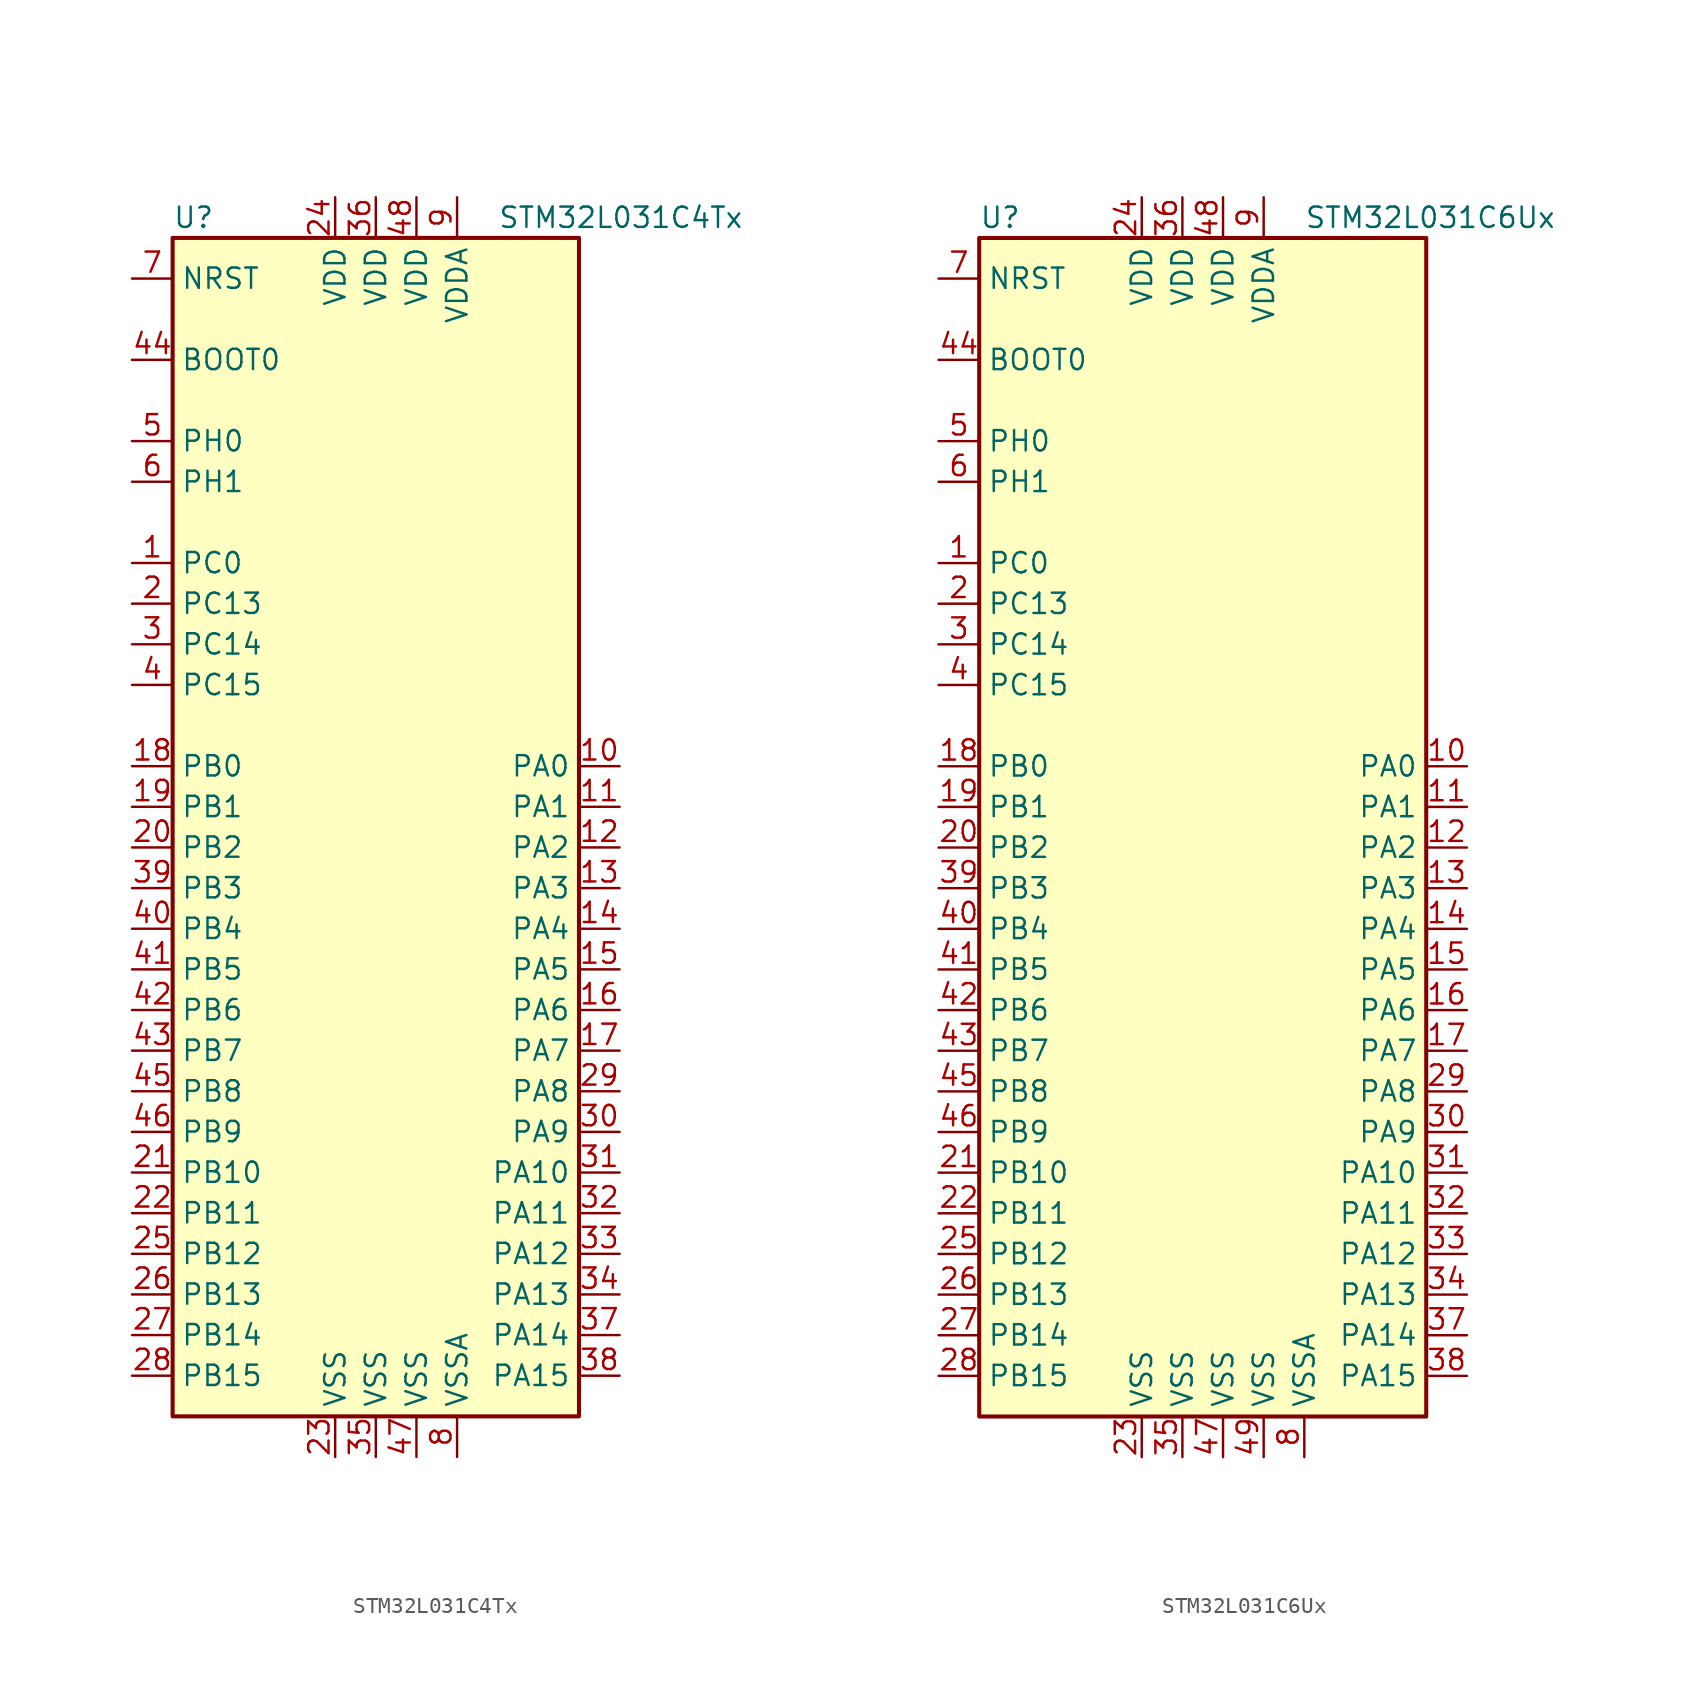
<source format=kicad_sym>
(kicad_symbol_lib
  (version 20201005)
  (generator kicad_symbol_editor)
  (symbol "STM32L031C4Tx"
    (property "Reference" "U"
      (at -12.7 36.83 0)
      (effects (font (size 1.27 1.27)) (justify left)))
    (property "Value" "STM32L031C4Tx"
      (at 7.62 36.83 0)
      (effects (font (size 1.27 1.27)) (justify left)))
    (symbol "STM32L031C4Tx_0_1"
      (rectangle (start -12.7 -38.1) (end 12.7 35.56) (stroke (width 0.254)) (fill (type background))))
    (symbol "STM32L031C4Tx_1_1"
      (pin input line (at -15.24 27.94 0) (length 2.54) (name "BOOT0" (effects (font (size 1.27 1.27)))) (number "44" (effects (font (size 1.27 1.27)))))
      (pin input line (at -15.24 33.02 0) (length 2.54) (name "NRST" (effects (font (size 1.27 1.27)))) (number "7" (effects (font (size 1.27 1.27)))))
      (pin bidirectional line (at 15.24 2.54 180) (length 2.54) (name "PA0" (effects (font (size 1.27 1.27)))) (number "10" (effects (font (size 1.27 1.27)))))
      (pin bidirectional line (at 15.24 0 180) (length 2.54) (name "PA1" (effects (font (size 1.27 1.27)))) (number "11" (effects (font (size 1.27 1.27)))))
      (pin bidirectional line (at 15.24 -22.86 180) (length 2.54) (name "PA10" (effects (font (size 1.27 1.27)))) (number "31" (effects (font (size 1.27 1.27)))))
      (pin bidirectional line (at 15.24 -25.4 180) (length 2.54) (name "PA11" (effects (font (size 1.27 1.27)))) (number "32" (effects (font (size 1.27 1.27)))))
      (pin bidirectional line (at 15.24 -27.94 180) (length 2.54) (name "PA12" (effects (font (size 1.27 1.27)))) (number "33" (effects (font (size 1.27 1.27)))))
      (pin bidirectional line (at 15.24 -30.48 180) (length 2.54) (name "PA13" (effects (font (size 1.27 1.27)))) (number "34" (effects (font (size 1.27 1.27)))))
      (pin bidirectional line (at 15.24 -33.02 180) (length 2.54) (name "PA14" (effects (font (size 1.27 1.27)))) (number "37" (effects (font (size 1.27 1.27)))))
      (pin bidirectional line (at 15.24 -35.56 180) (length 2.54) (name "PA15" (effects (font (size 1.27 1.27)))) (number "38" (effects (font (size 1.27 1.27)))))
      (pin bidirectional line (at 15.24 -2.54 180) (length 2.54) (name "PA2" (effects (font (size 1.27 1.27)))) (number "12" (effects (font (size 1.27 1.27)))))
      (pin bidirectional line (at 15.24 -5.08 180) (length 2.54) (name "PA3" (effects (font (size 1.27 1.27)))) (number "13" (effects (font (size 1.27 1.27)))))
      (pin bidirectional line (at 15.24 -7.62 180) (length 2.54) (name "PA4" (effects (font (size 1.27 1.27)))) (number "14" (effects (font (size 1.27 1.27)))))
      (pin bidirectional line (at 15.24 -10.16 180) (length 2.54) (name "PA5" (effects (font (size 1.27 1.27)))) (number "15" (effects (font (size 1.27 1.27)))))
      (pin bidirectional line (at 15.24 -12.7 180) (length 2.54) (name "PA6" (effects (font (size 1.27 1.27)))) (number "16" (effects (font (size 1.27 1.27)))))
      (pin bidirectional line (at 15.24 -15.24 180) (length 2.54) (name "PA7" (effects (font (size 1.27 1.27)))) (number "17" (effects (font (size 1.27 1.27)))))
      (pin bidirectional line (at 15.24 -17.78 180) (length 2.54) (name "PA8" (effects (font (size 1.27 1.27)))) (number "29" (effects (font (size 1.27 1.27)))))
      (pin bidirectional line (at 15.24 -20.32 180) (length 2.54) (name "PA9" (effects (font (size 1.27 1.27)))) (number "30" (effects (font (size 1.27 1.27)))))
      (pin bidirectional line (at -15.24 2.54 0) (length 2.54) (name "PB0" (effects (font (size 1.27 1.27)))) (number "18" (effects (font (size 1.27 1.27)))))
      (pin bidirectional line (at -15.24 0 0) (length 2.54) (name "PB1" (effects (font (size 1.27 1.27)))) (number "19" (effects (font (size 1.27 1.27)))))
      (pin bidirectional line (at -15.24 -22.86 0) (length 2.54) (name "PB10" (effects (font (size 1.27 1.27)))) (number "21" (effects (font (size 1.27 1.27)))))
      (pin bidirectional line (at -15.24 -25.4 0) (length 2.54) (name "PB11" (effects (font (size 1.27 1.27)))) (number "22" (effects (font (size 1.27 1.27)))))
      (pin bidirectional line (at -15.24 -27.94 0) (length 2.54) (name "PB12" (effects (font (size 1.27 1.27)))) (number "25" (effects (font (size 1.27 1.27)))))
      (pin bidirectional line (at -15.24 -30.48 0) (length 2.54) (name "PB13" (effects (font (size 1.27 1.27)))) (number "26" (effects (font (size 1.27 1.27)))))
      (pin bidirectional line (at -15.24 -33.02 0) (length 2.54) (name "PB14" (effects (font (size 1.27 1.27)))) (number "27" (effects (font (size 1.27 1.27)))))
      (pin bidirectional line (at -15.24 -35.56 0) (length 2.54) (name "PB15" (effects (font (size 1.27 1.27)))) (number "28" (effects (font (size 1.27 1.27)))))
      (pin bidirectional line (at -15.24 -2.54 0) (length 2.54) (name "PB2" (effects (font (size 1.27 1.27)))) (number "20" (effects (font (size 1.27 1.27)))))
      (pin bidirectional line (at -15.24 -5.08 0) (length 2.54) (name "PB3" (effects (font (size 1.27 1.27)))) (number "39" (effects (font (size 1.27 1.27)))))
      (pin bidirectional line (at -15.24 -7.62 0) (length 2.54) (name "PB4" (effects (font (size 1.27 1.27)))) (number "40" (effects (font (size 1.27 1.27)))))
      (pin bidirectional line (at -15.24 -10.16 0) (length 2.54) (name "PB5" (effects (font (size 1.27 1.27)))) (number "41" (effects (font (size 1.27 1.27)))))
      (pin bidirectional line (at -15.24 -12.7 0) (length 2.54) (name "PB6" (effects (font (size 1.27 1.27)))) (number "42" (effects (font (size 1.27 1.27)))))
      (pin bidirectional line (at -15.24 -15.24 0) (length 2.54) (name "PB7" (effects (font (size 1.27 1.27)))) (number "43" (effects (font (size 1.27 1.27)))))
      (pin bidirectional line (at -15.24 -17.78 0) (length 2.54) (name "PB8" (effects (font (size 1.27 1.27)))) (number "45" (effects (font (size 1.27 1.27)))))
      (pin bidirectional line (at -15.24 -20.32 0) (length 2.54) (name "PB9" (effects (font (size 1.27 1.27)))) (number "46" (effects (font (size 1.27 1.27)))))
      (pin bidirectional line (at -15.24 15.24 0) (length 2.54) (name "PC0" (effects (font (size 1.27 1.27)))) (number "1" (effects (font (size 1.27 1.27)))))
      (pin bidirectional line (at -15.24 12.7 0) (length 2.54) (name "PC13" (effects (font (size 1.27 1.27)))) (number "2" (effects (font (size 1.27 1.27)))))
      (pin bidirectional line (at -15.24 10.16 0) (length 2.54) (name "PC14" (effects (font (size 1.27 1.27)))) (number "3" (effects (font (size 1.27 1.27)))))
      (pin bidirectional line (at -15.24 7.62 0) (length 2.54) (name "PC15" (effects (font (size 1.27 1.27)))) (number "4" (effects (font (size 1.27 1.27)))))
      (pin input line (at -15.24 22.86 0) (length 2.54) (name "PH0" (effects (font (size 1.27 1.27)))) (number "5" (effects (font (size 1.27 1.27)))))
      (pin input line (at -15.24 20.32 0) (length 2.54) (name "PH1" (effects (font (size 1.27 1.27)))) (number "6" (effects (font (size 1.27 1.27)))))
      (pin power_in line (at -2.54 38.1 270) (length 2.54) (name "VDD" (effects (font (size 1.27 1.27)))) (number "24" (effects (font (size 1.27 1.27)))))
      (pin power_in line (at 0 38.1 270) (length 2.54) (name "VDD" (effects (font (size 1.27 1.27)))) (number "36" (effects (font (size 1.27 1.27)))))
      (pin power_in line (at 2.54 38.1 270) (length 2.54) (name "VDD" (effects (font (size 1.27 1.27)))) (number "48" (effects (font (size 1.27 1.27)))))
      (pin power_in line (at 5.08 38.1 270) (length 2.54) (name "VDDA" (effects (font (size 1.27 1.27)))) (number "9" (effects (font (size 1.27 1.27)))))
      (pin power_in line (at -2.54 -40.64 90) (length 2.54) (name "VSS" (effects (font (size 1.27 1.27)))) (number "23" (effects (font (size 1.27 1.27)))))
      (pin power_in line (at 0 -40.64 90) (length 2.54) (name "VSS" (effects (font (size 1.27 1.27)))) (number "35" (effects (font (size 1.27 1.27)))))
      (pin power_in line (at 2.54 -40.64 90) (length 2.54) (name "VSS" (effects (font (size 1.27 1.27)))) (number "47" (effects (font (size 1.27 1.27)))))
      (pin power_in line (at 5.08 -40.64 90) (length 2.54) (name "VSSA" (effects (font (size 1.27 1.27)))) (number "8" (effects (font (size 1.27 1.27)))))))
  (symbol "STM32L031C6Ux"
    (property "Reference" "U"
      (at -15.24 36.83 0)
      (effects (font (size 1.27 1.27)) (justify left)))
    (property "Value" "STM32L031C6Ux"
      (at 5.08 36.83 0)
      (effects (font (size 1.27 1.27)) (justify left)))
    (symbol "STM32L031C6Ux_0_1"
      (rectangle (start -15.24 -38.1) (end 12.7 35.56) (stroke (width 0.254)) (fill (type background))))
    (symbol "STM32L031C6Ux_1_1"
      (pin input line (at -17.78 27.94 0) (length 2.54) (name "BOOT0" (effects (font (size 1.27 1.27)))) (number "44" (effects (font (size 1.27 1.27)))))
      (pin input line (at -17.78 33.02 0) (length 2.54) (name "NRST" (effects (font (size 1.27 1.27)))) (number "7" (effects (font (size 1.27 1.27)))))
      (pin bidirectional line (at 15.24 2.54 180) (length 2.54) (name "PA0" (effects (font (size 1.27 1.27)))) (number "10" (effects (font (size 1.27 1.27)))))
      (pin bidirectional line (at 15.24 0 180) (length 2.54) (name "PA1" (effects (font (size 1.27 1.27)))) (number "11" (effects (font (size 1.27 1.27)))))
      (pin bidirectional line (at 15.24 -22.86 180) (length 2.54) (name "PA10" (effects (font (size 1.27 1.27)))) (number "31" (effects (font (size 1.27 1.27)))))
      (pin bidirectional line (at 15.24 -25.4 180) (length 2.54) (name "PA11" (effects (font (size 1.27 1.27)))) (number "32" (effects (font (size 1.27 1.27)))))
      (pin bidirectional line (at 15.24 -27.94 180) (length 2.54) (name "PA12" (effects (font (size 1.27 1.27)))) (number "33" (effects (font (size 1.27 1.27)))))
      (pin bidirectional line (at 15.24 -30.48 180) (length 2.54) (name "PA13" (effects (font (size 1.27 1.27)))) (number "34" (effects (font (size 1.27 1.27)))))
      (pin bidirectional line (at 15.24 -33.02 180) (length 2.54) (name "PA14" (effects (font (size 1.27 1.27)))) (number "37" (effects (font (size 1.27 1.27)))))
      (pin bidirectional line (at 15.24 -35.56 180) (length 2.54) (name "PA15" (effects (font (size 1.27 1.27)))) (number "38" (effects (font (size 1.27 1.27)))))
      (pin bidirectional line (at 15.24 -2.54 180) (length 2.54) (name "PA2" (effects (font (size 1.27 1.27)))) (number "12" (effects (font (size 1.27 1.27)))))
      (pin bidirectional line (at 15.24 -5.08 180) (length 2.54) (name "PA3" (effects (font (size 1.27 1.27)))) (number "13" (effects (font (size 1.27 1.27)))))
      (pin bidirectional line (at 15.24 -7.62 180) (length 2.54) (name "PA4" (effects (font (size 1.27 1.27)))) (number "14" (effects (font (size 1.27 1.27)))))
      (pin bidirectional line (at 15.24 -10.16 180) (length 2.54) (name "PA5" (effects (font (size 1.27 1.27)))) (number "15" (effects (font (size 1.27 1.27)))))
      (pin bidirectional line (at 15.24 -12.7 180) (length 2.54) (name "PA6" (effects (font (size 1.27 1.27)))) (number "16" (effects (font (size 1.27 1.27)))))
      (pin bidirectional line (at 15.24 -15.24 180) (length 2.54) (name "PA7" (effects (font (size 1.27 1.27)))) (number "17" (effects (font (size 1.27 1.27)))))
      (pin bidirectional line (at 15.24 -17.78 180) (length 2.54) (name "PA8" (effects (font (size 1.27 1.27)))) (number "29" (effects (font (size 1.27 1.27)))))
      (pin bidirectional line (at 15.24 -20.32 180) (length 2.54) (name "PA9" (effects (font (size 1.27 1.27)))) (number "30" (effects (font (size 1.27 1.27)))))
      (pin bidirectional line (at -17.78 2.54 0) (length 2.54) (name "PB0" (effects (font (size 1.27 1.27)))) (number "18" (effects (font (size 1.27 1.27)))))
      (pin bidirectional line (at -17.78 0 0) (length 2.54) (name "PB1" (effects (font (size 1.27 1.27)))) (number "19" (effects (font (size 1.27 1.27)))))
      (pin bidirectional line (at -17.78 -22.86 0) (length 2.54) (name "PB10" (effects (font (size 1.27 1.27)))) (number "21" (effects (font (size 1.27 1.27)))))
      (pin bidirectional line (at -17.78 -25.4 0) (length 2.54) (name "PB11" (effects (font (size 1.27 1.27)))) (number "22" (effects (font (size 1.27 1.27)))))
      (pin bidirectional line (at -17.78 -27.94 0) (length 2.54) (name "PB12" (effects (font (size 1.27 1.27)))) (number "25" (effects (font (size 1.27 1.27)))))
      (pin bidirectional line (at -17.78 -30.48 0) (length 2.54) (name "PB13" (effects (font (size 1.27 1.27)))) (number "26" (effects (font (size 1.27 1.27)))))
      (pin bidirectional line (at -17.78 -33.02 0) (length 2.54) (name "PB14" (effects (font (size 1.27 1.27)))) (number "27" (effects (font (size 1.27 1.27)))))
      (pin bidirectional line (at -17.78 -35.56 0) (length 2.54) (name "PB15" (effects (font (size 1.27 1.27)))) (number "28" (effects (font (size 1.27 1.27)))))
      (pin bidirectional line (at -17.78 -2.54 0) (length 2.54) (name "PB2" (effects (font (size 1.27 1.27)))) (number "20" (effects (font (size 1.27 1.27)))))
      (pin bidirectional line (at -17.78 -5.08 0) (length 2.54) (name "PB3" (effects (font (size 1.27 1.27)))) (number "39" (effects (font (size 1.27 1.27)))))
      (pin bidirectional line (at -17.78 -7.62 0) (length 2.54) (name "PB4" (effects (font (size 1.27 1.27)))) (number "40" (effects (font (size 1.27 1.27)))))
      (pin bidirectional line (at -17.78 -10.16 0) (length 2.54) (name "PB5" (effects (font (size 1.27 1.27)))) (number "41" (effects (font (size 1.27 1.27)))))
      (pin bidirectional line (at -17.78 -12.7 0) (length 2.54) (name "PB6" (effects (font (size 1.27 1.27)))) (number "42" (effects (font (size 1.27 1.27)))))
      (pin bidirectional line (at -17.78 -15.24 0) (length 2.54) (name "PB7" (effects (font (size 1.27 1.27)))) (number "43" (effects (font (size 1.27 1.27)))))
      (pin bidirectional line (at -17.78 -17.78 0) (length 2.54) (name "PB8" (effects (font (size 1.27 1.27)))) (number "45" (effects (font (size 1.27 1.27)))))
      (pin bidirectional line (at -17.78 -20.32 0) (length 2.54) (name "PB9" (effects (font (size 1.27 1.27)))) (number "46" (effects (font (size 1.27 1.27)))))
      (pin bidirectional line (at -17.78 15.24 0) (length 2.54) (name "PC0" (effects (font (size 1.27 1.27)))) (number "1" (effects (font (size 1.27 1.27)))))
      (pin bidirectional line (at -17.78 12.7 0) (length 2.54) (name "PC13" (effects (font (size 1.27 1.27)))) (number "2" (effects (font (size 1.27 1.27)))))
      (pin bidirectional line (at -17.78 10.16 0) (length 2.54) (name "PC14" (effects (font (size 1.27 1.27)))) (number "3" (effects (font (size 1.27 1.27)))))
      (pin bidirectional line (at -17.78 7.62 0) (length 2.54) (name "PC15" (effects (font (size 1.27 1.27)))) (number "4" (effects (font (size 1.27 1.27)))))
      (pin input line (at -17.78 22.86 0) (length 2.54) (name "PH0" (effects (font (size 1.27 1.27)))) (number "5" (effects (font (size 1.27 1.27)))))
      (pin input line (at -17.78 20.32 0) (length 2.54) (name "PH1" (effects (font (size 1.27 1.27)))) (number "6" (effects (font (size 1.27 1.27)))))
      (pin power_in line (at -5.08 38.1 270) (length 2.54) (name "VDD" (effects (font (size 1.27 1.27)))) (number "24" (effects (font (size 1.27 1.27)))))
      (pin power_in line (at -2.54 38.1 270) (length 2.54) (name "VDD" (effects (font (size 1.27 1.27)))) (number "36" (effects (font (size 1.27 1.27)))))
      (pin power_in line (at 0 38.1 270) (length 2.54) (name "VDD" (effects (font (size 1.27 1.27)))) (number "48" (effects (font (size 1.27 1.27)))))
      (pin power_in line (at 2.54 38.1 270) (length 2.54) (name "VDDA" (effects (font (size 1.27 1.27)))) (number "9" (effects (font (size 1.27 1.27)))))
      (pin power_in line (at -5.08 -40.64 90) (length 2.54) (name "VSS" (effects (font (size 1.27 1.27)))) (number "23" (effects (font (size 1.27 1.27)))))
      (pin power_in line (at -2.54 -40.64 90) (length 2.54) (name "VSS" (effects (font (size 1.27 1.27)))) (number "35" (effects (font (size 1.27 1.27)))))
      (pin power_in line (at 0 -40.64 90) (length 2.54) (name "VSS" (effects (font (size 1.27 1.27)))) (number "47" (effects (font (size 1.27 1.27)))))
      (pin power_in line (at 2.54 -40.64 90) (length 2.54) (name "VSS" (effects (font (size 1.27 1.27)))) (number "49" (effects (font (size 1.27 1.27)))))
      (pin power_in line (at 5.08 -40.64 90) (length 2.54) (name "VSSA" (effects (font (size 1.27 1.27)))) (number "8" (effects (font (size 1.27 1.27))))))))
</source>
